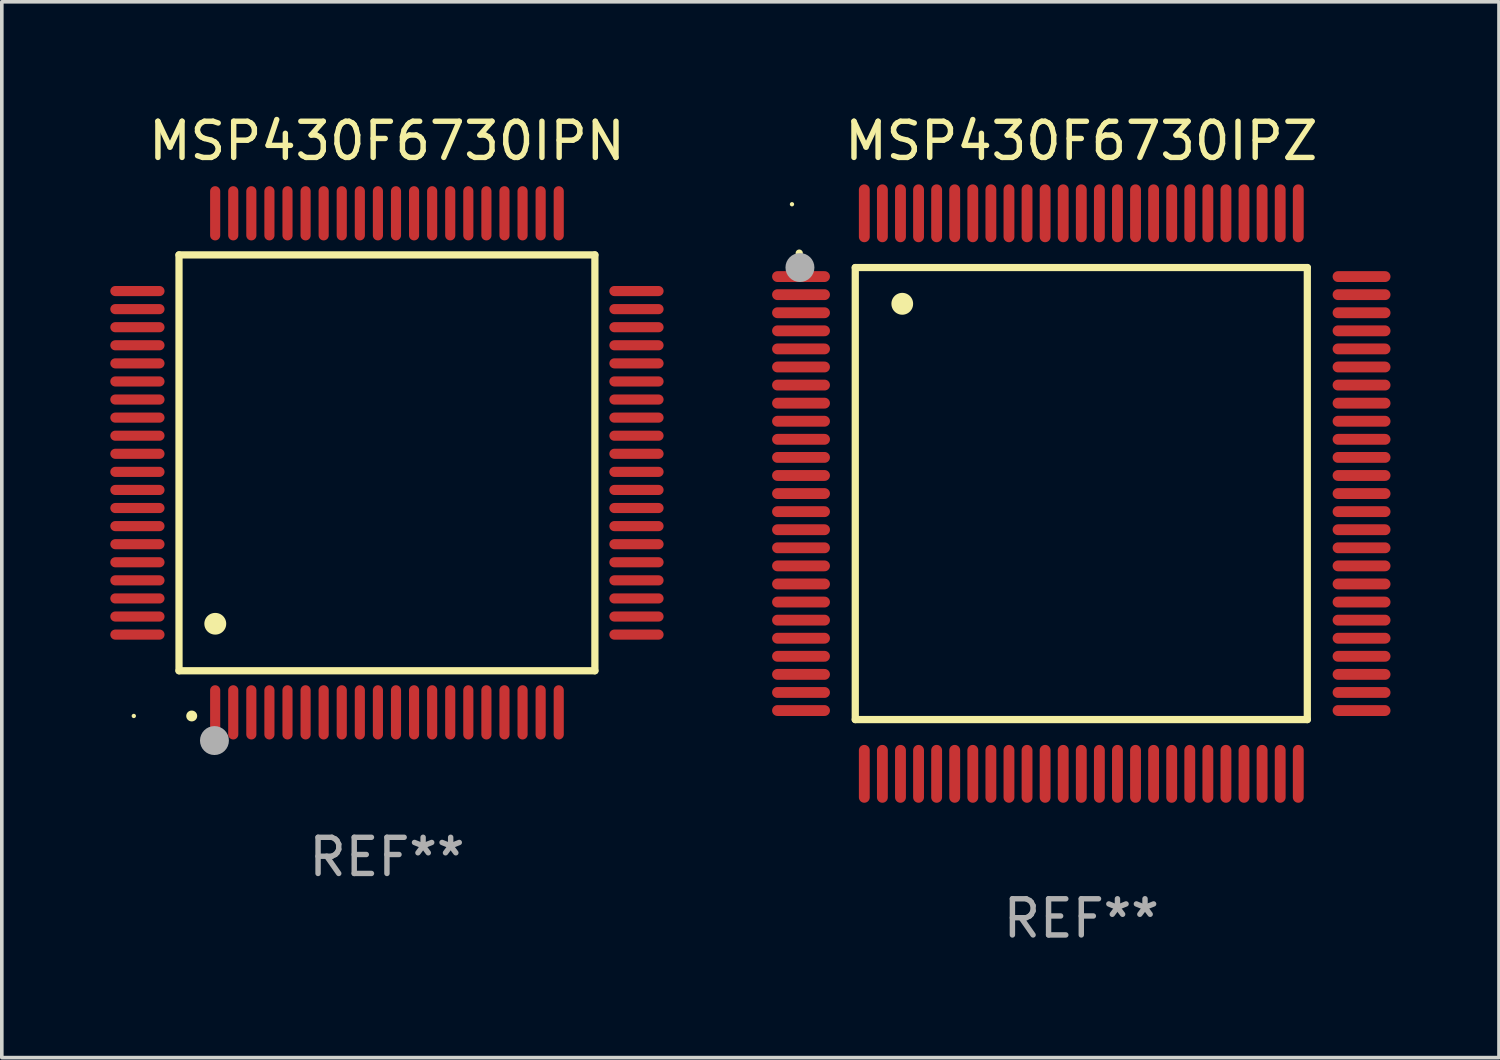
<source format=kicad_pcb>
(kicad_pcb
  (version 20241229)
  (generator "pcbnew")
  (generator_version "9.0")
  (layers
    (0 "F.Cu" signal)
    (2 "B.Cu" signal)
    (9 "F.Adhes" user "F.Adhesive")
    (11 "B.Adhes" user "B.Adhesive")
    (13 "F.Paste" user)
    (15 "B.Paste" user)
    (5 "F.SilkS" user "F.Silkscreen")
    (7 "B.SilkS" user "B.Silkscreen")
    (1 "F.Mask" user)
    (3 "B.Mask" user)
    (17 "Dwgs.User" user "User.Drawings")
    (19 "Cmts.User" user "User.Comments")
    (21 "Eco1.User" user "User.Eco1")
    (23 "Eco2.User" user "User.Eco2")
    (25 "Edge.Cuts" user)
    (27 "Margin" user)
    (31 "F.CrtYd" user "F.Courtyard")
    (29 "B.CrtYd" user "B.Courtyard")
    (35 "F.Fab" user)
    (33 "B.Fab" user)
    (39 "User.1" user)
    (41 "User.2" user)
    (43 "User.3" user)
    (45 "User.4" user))
  (footprint "MSP430F6730IPZ"
    (layer "F.Cu")
    (at 26.85 10.598)
    (property "Reference" "MSP430F6730IPZ" (at 0 -9.75 0) (layer "F.SilkS") (effects (font (size 1 1) (thickness 0.15))))
    (attr through_hole)
    (fp_line (start -6.25 -6.25) (end -6.25 6.25) (stroke (width 0.2) (type solid)) (layer "F.SilkS"))
    (fp_line (start -6.25 6.25) (end 6.25 6.25) (stroke (width 0.2) (type solid)) (layer "F.SilkS"))
    (fp_line (start 6.25 -6.25) (end -6.25 -6.25) (stroke (width 0.2) (type solid)) (layer "F.SilkS"))
    (fp_line (start 6.25 6.25) (end 6.25 -6.25) (stroke (width 0.2) (type solid)) (layer "F.SilkS"))
    (fp_arc (start -7.799568 -6.647625) (mid -7.799571 -6.648463) (end -7.799568 -6.649301) (stroke (width 0.2) (type solid)) (layer "F.SilkS"))
    (fp_arc (start -4.95047 -5.245111) (mid -4.950481 -5.247651) (end -4.95047 -5.250191) (stroke (width 0.6) (type solid)) (layer "F.SilkS"))
    (fp_circle (center -8 -8) (end -7.97 -8) (stroke (width 0.06) (type solid)) (fill no) (layer "F.SilkS"))
    (fp_circle (center -7.78 -6.25) (end -7.58 -6.25) (stroke (width 0.4) (type solid)) (fill no) (layer "F.Fab"))
    (fp_text user "REF**" (at 0 11.75 0) (layer "F.Fab") (effects (font (size 1 1) (thickness 0.15))))
    (pad "1" smd oval (at -7.75 -6 90) (size 0.3 1.6) (layers "F.Cu" "F.Mask" "F.Paste"))
    (pad "2" smd oval (at -7.75 -5.5 90) (size 0.3 1.6) (layers "F.Cu" "F.Mask" "F.Paste"))
    (pad "3" smd oval (at -7.75 -5 90) (size 0.3 1.6) (layers "F.Cu" "F.Mask" "F.Paste"))
    (pad "4" smd oval (at -7.75 -4.5 90) (size 0.3 1.6) (layers "F.Cu" "F.Mask" "F.Paste"))
    (pad "5" smd oval (at -7.75 -4 90) (size 0.3 1.6) (layers "F.Cu" "F.Mask" "F.Paste"))
    (pad "6" smd oval (at -7.75 -3.5 90) (size 0.3 1.6) (layers "F.Cu" "F.Mask" "F.Paste"))
    (pad "7" smd oval (at -7.75 -3 90) (size 0.3 1.6) (layers "F.Cu" "F.Mask" "F.Paste"))
    (pad "8" smd oval (at -7.75 -2.5 90) (size 0.3 1.6) (layers "F.Cu" "F.Mask" "F.Paste"))
    (pad "9" smd oval (at -7.75 -2 90) (size 0.3 1.6) (layers "F.Cu" "F.Mask" "F.Paste"))
    (pad "10" smd oval (at -7.75 -1.5 90) (size 0.3 1.6) (layers "F.Cu" "F.Mask" "F.Paste"))
    (pad "11" smd oval (at -7.75 -1 90) (size 0.3 1.6) (layers "F.Cu" "F.Mask" "F.Paste"))
    (pad "12" smd oval (at -7.75 -0.5 90) (size 0.3 1.6) (layers "F.Cu" "F.Mask" "F.Paste"))
    (pad "13" smd oval (at -7.75 0 90) (size 0.3 1.6) (layers "F.Cu" "F.Mask" "F.Paste"))
    (pad "14" smd oval (at -7.75 0.5 90) (size 0.3 1.6) (layers "F.Cu" "F.Mask" "F.Paste"))
    (pad "15" smd oval (at -7.75 1 90) (size 0.3 1.6) (layers "F.Cu" "F.Mask" "F.Paste"))
    (pad "16" smd oval (at -7.75 1.5 90) (size 0.3 1.6) (layers "F.Cu" "F.Mask" "F.Paste"))
    (pad "17" smd oval (at -7.75 2 90) (size 0.3 1.6) (layers "F.Cu" "F.Mask" "F.Paste"))
    (pad "18" smd oval (at -7.75 2.5 90) (size 0.3 1.6) (layers "F.Cu" "F.Mask" "F.Paste"))
    (pad "19" smd oval (at -7.75 3 90) (size 0.3 1.6) (layers "F.Cu" "F.Mask" "F.Paste"))
    (pad "20" smd oval (at -7.75 3.5 90) (size 0.3 1.6) (layers "F.Cu" "F.Mask" "F.Paste"))
    (pad "21" smd oval (at -7.75 4 90) (size 0.3 1.6) (layers "F.Cu" "F.Mask" "F.Paste"))
    (pad "22" smd oval (at -7.75 4.5 90) (size 0.3 1.6) (layers "F.Cu" "F.Mask" "F.Paste"))
    (pad "23" smd oval (at -7.75 5 90) (size 0.3 1.6) (layers "F.Cu" "F.Mask" "F.Paste"))
    (pad "24" smd oval (at -7.75 5.5 90) (size 0.3 1.6) (layers "F.Cu" "F.Mask" "F.Paste"))
    (pad "25" smd oval (at -7.75 6 90) (size 0.3 1.6) (layers "F.Cu" "F.Mask" "F.Paste"))
    (pad "26" smd oval (at -6 7.75) (size 0.3 1.6) (layers "F.Cu" "F.Mask" "F.Paste"))
    (pad "27" smd oval (at -5.5 7.75) (size 0.3 1.6) (layers "F.Cu" "F.Mask" "F.Paste"))
    (pad "28" smd oval (at -5 7.75) (size 0.3 1.6) (layers "F.Cu" "F.Mask" "F.Paste"))
    (pad "29" smd oval (at -4.5 7.75) (size 0.3 1.6) (layers "F.Cu" "F.Mask" "F.Paste"))
    (pad "30" smd oval (at -4 7.75) (size 0.3 1.6) (layers "F.Cu" "F.Mask" "F.Paste"))
    (pad "31" smd oval (at -3.5 7.75) (size 0.3 1.6) (layers "F.Cu" "F.Mask" "F.Paste"))
    (pad "32" smd oval (at -3 7.75) (size 0.3 1.6) (layers "F.Cu" "F.Mask" "F.Paste"))
    (pad "33" smd oval (at -2.5 7.75) (size 0.3 1.6) (layers "F.Cu" "F.Mask" "F.Paste"))
    (pad "34" smd oval (at -2 7.75) (size 0.3 1.6) (layers "F.Cu" "F.Mask" "F.Paste"))
    (pad "35" smd oval (at -1.5 7.75) (size 0.3 1.6) (layers "F.Cu" "F.Mask" "F.Paste"))
    (pad "36" smd oval (at -1 7.75) (size 0.3 1.6) (layers "F.Cu" "F.Mask" "F.Paste"))
    (pad "37" smd oval (at -0.5 7.75) (size 0.3 1.6) (layers "F.Cu" "F.Mask" "F.Paste"))
    (pad "38" smd oval (at 0 7.75) (size 0.3 1.6) (layers "F.Cu" "F.Mask" "F.Paste"))
    (pad "39" smd oval (at 0.5 7.75) (size 0.3 1.6) (layers "F.Cu" "F.Mask" "F.Paste"))
    (pad "40" smd oval (at 1 7.75) (size 0.3 1.6) (layers "F.Cu" "F.Mask" "F.Paste"))
    (pad "41" smd oval (at 1.5 7.75) (size 0.3 1.6) (layers "F.Cu" "F.Mask" "F.Paste"))
    (pad "42" smd oval (at 2 7.75) (size 0.3 1.6) (layers "F.Cu" "F.Mask" "F.Paste"))
    (pad "43" smd oval (at 2.5 7.75) (size 0.3 1.6) (layers "F.Cu" "F.Mask" "F.Paste"))
    (pad "44" smd oval (at 3 7.75) (size 0.3 1.6) (layers "F.Cu" "F.Mask" "F.Paste"))
    (pad "45" smd oval (at 3.5 7.75) (size 0.3 1.6) (layers "F.Cu" "F.Mask" "F.Paste"))
    (pad "46" smd oval (at 4 7.75) (size 0.3 1.6) (layers "F.Cu" "F.Mask" "F.Paste"))
    (pad "47" smd oval (at 4.5 7.75) (size 0.3 1.6) (layers "F.Cu" "F.Mask" "F.Paste"))
    (pad "48" smd oval (at 5 7.75) (size 0.3 1.6) (layers "F.Cu" "F.Mask" "F.Paste"))
    (pad "49" smd oval (at 5.5 7.75) (size 0.3 1.6) (layers "F.Cu" "F.Mask" "F.Paste"))
    (pad "50" smd oval (at 6 7.75) (size 0.3 1.6) (layers "F.Cu" "F.Mask" "F.Paste"))
    (pad "51" smd oval (at 7.75 6 90) (size 0.3 1.6) (layers "F.Cu" "F.Mask" "F.Paste"))
    (pad "52" smd oval (at 7.75 5.5 90) (size 0.3 1.6) (layers "F.Cu" "F.Mask" "F.Paste"))
    (pad "53" smd oval (at 7.75 5 90) (size 0.3 1.6) (layers "F.Cu" "F.Mask" "F.Paste"))
    (pad "54" smd oval (at 7.75 4.5 90) (size 0.3 1.6) (layers "F.Cu" "F.Mask" "F.Paste"))
    (pad "55" smd oval (at 7.75 4 90) (size 0.3 1.6) (layers "F.Cu" "F.Mask" "F.Paste"))
    (pad "56" smd oval (at 7.75 3.5 90) (size 0.3 1.6) (layers "F.Cu" "F.Mask" "F.Paste"))
    (pad "57" smd oval (at 7.75 3 90) (size 0.3 1.6) (layers "F.Cu" "F.Mask" "F.Paste"))
    (pad "58" smd oval (at 7.75 2.5 90) (size 0.3 1.6) (layers "F.Cu" "F.Mask" "F.Paste"))
    (pad "59" smd oval (at 7.75 2 90) (size 0.3 1.6) (layers "F.Cu" "F.Mask" "F.Paste"))
    (pad "60" smd oval (at 7.75 1.5 90) (size 0.3 1.6) (layers "F.Cu" "F.Mask" "F.Paste"))
    (pad "61" smd oval (at 7.75 1 90) (size 0.3 1.6) (layers "F.Cu" "F.Mask" "F.Paste"))
    (pad "62" smd oval (at 7.75 0.5 90) (size 0.3 1.6) (layers "F.Cu" "F.Mask" "F.Paste"))
    (pad "63" smd oval (at 7.75 0 90) (size 0.3 1.6) (layers "F.Cu" "F.Mask" "F.Paste"))
    (pad "64" smd oval (at 7.75 -0.5 90) (size 0.3 1.6) (layers "F.Cu" "F.Mask" "F.Paste"))
    (pad "65" smd oval (at 7.75 -1 90) (size 0.3 1.6) (layers "F.Cu" "F.Mask" "F.Paste"))
    (pad "66" smd oval (at 7.75 -1.5 90) (size 0.3 1.6) (layers "F.Cu" "F.Mask" "F.Paste"))
    (pad "67" smd oval (at 7.75 -2 90) (size 0.3 1.6) (layers "F.Cu" "F.Mask" "F.Paste"))
    (pad "68" smd oval (at 7.75 -2.5 90) (size 0.3 1.6) (layers "F.Cu" "F.Mask" "F.Paste"))
    (pad "69" smd oval (at 7.75 -3 90) (size 0.3 1.6) (layers "F.Cu" "F.Mask" "F.Paste"))
    (pad "70" smd oval (at 7.75 -3.5 90) (size 0.3 1.6) (layers "F.Cu" "F.Mask" "F.Paste"))
    (pad "71" smd oval (at 7.75 -4 90) (size 0.3 1.6) (layers "F.Cu" "F.Mask" "F.Paste"))
    (pad "72" smd oval (at 7.75 -4.5 90) (size 0.3 1.6) (layers "F.Cu" "F.Mask" "F.Paste"))
    (pad "73" smd oval (at 7.75 -5 90) (size 0.3 1.6) (layers "F.Cu" "F.Mask" "F.Paste"))
    (pad "74" smd oval (at 7.75 -5.5 90) (size 0.3 1.6) (layers "F.Cu" "F.Mask" "F.Paste"))
    (pad "75" smd oval (at 7.75 -6 90) (size 0.3 1.6) (layers "F.Cu" "F.Mask" "F.Paste"))
    (pad "76" smd oval (at 6 -7.75) (size 0.3 1.6) (layers "F.Cu" "F.Mask" "F.Paste"))
    (pad "77" smd oval (at 5.5 -7.75) (size 0.3 1.6) (layers "F.Cu" "F.Mask" "F.Paste"))
    (pad "78" smd oval (at 5 -7.75) (size 0.3 1.6) (layers "F.Cu" "F.Mask" "F.Paste"))
    (pad "79" smd oval (at 4.5 -7.75) (size 0.3 1.6) (layers "F.Cu" "F.Mask" "F.Paste"))
    (pad "80" smd oval (at 4 -7.75) (size 0.3 1.6) (layers "F.Cu" "F.Mask" "F.Paste"))
    (pad "81" smd oval (at 3.5 -7.75) (size 0.3 1.6) (layers "F.Cu" "F.Mask" "F.Paste"))
    (pad "82" smd oval (at 3 -7.75) (size 0.3 1.6) (layers "F.Cu" "F.Mask" "F.Paste"))
    (pad "83" smd oval (at 2.5 -7.75) (size 0.3 1.6) (layers "F.Cu" "F.Mask" "F.Paste"))
    (pad "84" smd oval (at 2 -7.75) (size 0.3 1.6) (layers "F.Cu" "F.Mask" "F.Paste"))
    (pad "85" smd oval (at 1.5 -7.75) (size 0.3 1.6) (layers "F.Cu" "F.Mask" "F.Paste"))
    (pad "86" smd oval (at 1 -7.75) (size 0.3 1.6) (layers "F.Cu" "F.Mask" "F.Paste"))
    (pad "87" smd oval (at 0.5 -7.75) (size 0.3 1.6) (layers "F.Cu" "F.Mask" "F.Paste"))
    (pad "88" smd oval (at 0 -7.75) (size 0.3 1.6) (layers "F.Cu" "F.Mask" "F.Paste"))
    (pad "89" smd oval (at -0.5 -7.75) (size 0.3 1.6) (layers "F.Cu" "F.Mask" "F.Paste"))
    (pad "90" smd oval (at -1 -7.75) (size 0.3 1.6) (layers "F.Cu" "F.Mask" "F.Paste"))
    (pad "91" smd oval (at -1.5 -7.75) (size 0.3 1.6) (layers "F.Cu" "F.Mask" "F.Paste"))
    (pad "92" smd oval (at -2 -7.75) (size 0.3 1.6) (layers "F.Cu" "F.Mask" "F.Paste"))
    (pad "93" smd oval (at -2.5 -7.75) (size 0.3 1.6) (layers "F.Cu" "F.Mask" "F.Paste"))
    (pad "94" smd oval (at -3 -7.75) (size 0.3 1.6) (layers "F.Cu" "F.Mask" "F.Paste"))
    (pad "95" smd oval (at -3.5 -7.75) (size 0.3 1.6) (layers "F.Cu" "F.Mask" "F.Paste"))
    (pad "96" smd oval (at -4 -7.75) (size 0.3 1.6) (layers "F.Cu" "F.Mask" "F.Paste"))
    (pad "97" smd oval (at -4.5 -7.75) (size 0.3 1.6) (layers "F.Cu" "F.Mask" "F.Paste"))
    (pad "98" smd oval (at -5 -7.75) (size 0.3 1.6) (layers "F.Cu" "F.Mask" "F.Paste"))
    (pad "99" smd oval (at -5.5 -7.75) (size 0.3 1.6) (layers "F.Cu" "F.Mask" "F.Paste"))
    (pad "100" smd oval (at -6 -7.75) (size 0.3 1.6) (layers "F.Cu" "F.Mask" "F.Paste")))
  (footprint "MSP430F6730IPN"
    (layer "F.Cu")
    (at 7.65 9.748)
    (property "Reference" "MSP430F6730IPN" (at 0 -8.9 0) (layer "F.SilkS") (effects (font (size 1 1) (thickness 0.15))))
    (attr through_hole)
    (fp_line (start -5.75 -5.75) (end 5.75 -5.75) (stroke (width 0.2) (type solid)) (layer "F.SilkS"))
    (fp_line (start -5.75 5.75) (end -5.75 -5.75) (stroke (width 0.2) (type solid)) (layer "F.SilkS"))
    (fp_line (start 5.75 -5.75) (end 5.75 5.75) (stroke (width 0.2) (type solid)) (layer "F.SilkS"))
    (fp_line (start 5.75 5.75) (end -5.75 5.75) (stroke (width 0.2) (type solid)) (layer "F.SilkS"))
    (fp_arc (start -5.400051 7.000254) (mid -5.398781 7.000249) (end -5.397511 7.000254) (stroke (width 0.3) (type solid)) (layer "F.SilkS"))
    (fp_arc (start -4.749809 4.450089) (mid -4.747269 4.450078) (end -4.744729 4.450089) (stroke (width 0.6) (type solid)) (layer "F.SilkS"))
    (fp_circle (center -7 7) (end -6.97 7) (stroke (width 0.06) (type solid)) (fill no) (layer "F.SilkS"))
    (fp_circle (center -4.77 7.68) (end -4.57 7.68) (stroke (width 0.4) (type solid)) (fill no) (layer "F.Fab"))
    (fp_text user "REF**" (at 0 10.9 0) (layer "F.Fab") (effects (font (size 1 1) (thickness 0.15))))
    (pad "1" smd oval (at -4.75 6.9) (size 0.28 1.5) (layers "F.Cu" "F.Mask" "F.Paste"))
    (pad "2" smd oval (at -4.25 6.9) (size 0.28 1.5) (layers "F.Cu" "F.Mask" "F.Paste"))
    (pad "3" smd oval (at -3.75 6.9) (size 0.28 1.5) (layers "F.Cu" "F.Mask" "F.Paste"))
    (pad "4" smd oval (at -3.25 6.9) (size 0.28 1.5) (layers "F.Cu" "F.Mask" "F.Paste"))
    (pad "5" smd oval (at -2.75 6.9) (size 0.28 1.5) (layers "F.Cu" "F.Mask" "F.Paste"))
    (pad "6" smd oval (at -2.25 6.9) (size 0.28 1.5) (layers "F.Cu" "F.Mask" "F.Paste"))
    (pad "7" smd oval (at -1.75 6.9) (size 0.28 1.5) (layers "F.Cu" "F.Mask" "F.Paste"))
    (pad "8" smd oval (at -1.25 6.9) (size 0.28 1.5) (layers "F.Cu" "F.Mask" "F.Paste"))
    (pad "9" smd oval (at -0.75 6.9) (size 0.28 1.5) (layers "F.Cu" "F.Mask" "F.Paste"))
    (pad "10" smd oval (at -0.25 6.9) (size 0.28 1.5) (layers "F.Cu" "F.Mask" "F.Paste"))
    (pad "11" smd oval (at 0.25 6.9) (size 0.28 1.5) (layers "F.Cu" "F.Mask" "F.Paste"))
    (pad "12" smd oval (at 0.75 6.9) (size 0.28 1.5) (layers "F.Cu" "F.Mask" "F.Paste"))
    (pad "13" smd oval (at 1.25 6.9) (size 0.28 1.5) (layers "F.Cu" "F.Mask" "F.Paste"))
    (pad "14" smd oval (at 1.75 6.9) (size 0.28 1.5) (layers "F.Cu" "F.Mask" "F.Paste"))
    (pad "15" smd oval (at 2.25 6.9) (size 0.28 1.5) (layers "F.Cu" "F.Mask" "F.Paste"))
    (pad "16" smd oval (at 2.75 6.9) (size 0.28 1.5) (layers "F.Cu" "F.Mask" "F.Paste"))
    (pad "17" smd oval (at 3.25 6.9) (size 0.28 1.5) (layers "F.Cu" "F.Mask" "F.Paste"))
    (pad "18" smd oval (at 3.75 6.9) (size 0.28 1.5) (layers "F.Cu" "F.Mask" "F.Paste"))
    (pad "19" smd oval (at 4.25 6.9) (size 0.28 1.5) (layers "F.Cu" "F.Mask" "F.Paste"))
    (pad "20" smd oval (at 4.75 6.9) (size 0.28 1.5) (layers "F.Cu" "F.Mask" "F.Paste"))
    (pad "21" smd oval (at 6.9 4.75) (size 1.5 0.28) (layers "F.Cu" "F.Mask" "F.Paste"))
    (pad "22" smd oval (at 6.9 4.25) (size 1.5 0.28) (layers "F.Cu" "F.Mask" "F.Paste"))
    (pad "23" smd oval (at 6.9 3.75) (size 1.5 0.28) (layers "F.Cu" "F.Mask" "F.Paste"))
    (pad "24" smd oval (at 6.9 3.25) (size 1.5 0.28) (layers "F.Cu" "F.Mask" "F.Paste"))
    (pad "25" smd oval (at 6.9 2.75) (size 1.5 0.28) (layers "F.Cu" "F.Mask" "F.Paste"))
    (pad "26" smd oval (at 6.9 2.25) (size 1.5 0.28) (layers "F.Cu" "F.Mask" "F.Paste"))
    (pad "27" smd oval (at 6.9 1.75) (size 1.5 0.28) (layers "F.Cu" "F.Mask" "F.Paste"))
    (pad "28" smd oval (at 6.9 1.25) (size 1.5 0.28) (layers "F.Cu" "F.Mask" "F.Paste"))
    (pad "29" smd oval (at 6.9 0.75) (size 1.5 0.28) (layers "F.Cu" "F.Mask" "F.Paste"))
    (pad "30" smd oval (at 6.9 0.25) (size 1.5 0.28) (layers "F.Cu" "F.Mask" "F.Paste"))
    (pad "31" smd oval (at 6.9 -0.25) (size 1.5 0.28) (layers "F.Cu" "F.Mask" "F.Paste"))
    (pad "32" smd oval (at 6.9 -0.75) (size 1.5 0.28) (layers "F.Cu" "F.Mask" "F.Paste"))
    (pad "33" smd oval (at 6.9 -1.25) (size 1.5 0.28) (layers "F.Cu" "F.Mask" "F.Paste"))
    (pad "34" smd oval (at 6.9 -1.75) (size 1.5 0.28) (layers "F.Cu" "F.Mask" "F.Paste"))
    (pad "35" smd oval (at 6.9 -2.25) (size 1.5 0.28) (layers "F.Cu" "F.Mask" "F.Paste"))
    (pad "36" smd oval (at 6.9 -2.75) (size 1.5 0.28) (layers "F.Cu" "F.Mask" "F.Paste"))
    (pad "37" smd oval (at 6.9 -3.25) (size 1.5 0.28) (layers "F.Cu" "F.Mask" "F.Paste"))
    (pad "38" smd oval (at 6.9 -3.75) (size 1.5 0.28) (layers "F.Cu" "F.Mask" "F.Paste"))
    (pad "39" smd oval (at 6.9 -4.25) (size 1.5 0.28) (layers "F.Cu" "F.Mask" "F.Paste"))
    (pad "40" smd oval (at 6.9 -4.75) (size 1.5 0.28) (layers "F.Cu" "F.Mask" "F.Paste"))
    (pad "41" smd oval (at 4.75 -6.9) (size 0.28 1.5) (layers "F.Cu" "F.Mask" "F.Paste"))
    (pad "42" smd oval (at 4.25 -6.9) (size 0.28 1.5) (layers "F.Cu" "F.Mask" "F.Paste"))
    (pad "43" smd oval (at 3.75 -6.9) (size 0.28 1.5) (layers "F.Cu" "F.Mask" "F.Paste"))
    (pad "44" smd oval (at 3.25 -6.9) (size 0.28 1.5) (layers "F.Cu" "F.Mask" "F.Paste"))
    (pad "45" smd oval (at 2.75 -6.9) (size 0.28 1.5) (layers "F.Cu" "F.Mask" "F.Paste"))
    (pad "46" smd oval (at 2.25 -6.9) (size 0.28 1.5) (layers "F.Cu" "F.Mask" "F.Paste"))
    (pad "47" smd oval (at 1.75 -6.9) (size 0.28 1.5) (layers "F.Cu" "F.Mask" "F.Paste"))
    (pad "48" smd oval (at 1.25 -6.9) (size 0.28 1.5) (layers "F.Cu" "F.Mask" "F.Paste"))
    (pad "49" smd oval (at 0.75 -6.9) (size 0.28 1.5) (layers "F.Cu" "F.Mask" "F.Paste"))
    (pad "50" smd oval (at 0.25 -6.9) (size 0.28 1.5) (layers "F.Cu" "F.Mask" "F.Paste"))
    (pad "51" smd oval (at -0.25 -6.9) (size 0.28 1.5) (layers "F.Cu" "F.Mask" "F.Paste"))
    (pad "52" smd oval (at -0.75 -6.9) (size 0.28 1.5) (layers "F.Cu" "F.Mask" "F.Paste"))
    (pad "53" smd oval (at -1.25 -6.9) (size 0.28 1.5) (layers "F.Cu" "F.Mask" "F.Paste"))
    (pad "54" smd oval (at -1.75 -6.9) (size 0.28 1.5) (layers "F.Cu" "F.Mask" "F.Paste"))
    (pad "55" smd oval (at -2.25 -6.9) (size 0.28 1.5) (layers "F.Cu" "F.Mask" "F.Paste"))
    (pad "56" smd oval (at -2.75 -6.9) (size 0.28 1.5) (layers "F.Cu" "F.Mask" "F.Paste"))
    (pad "57" smd oval (at -3.25 -6.9) (size 0.28 1.5) (layers "F.Cu" "F.Mask" "F.Paste"))
    (pad "58" smd oval (at -3.75 -6.9) (size 0.28 1.5) (layers "F.Cu" "F.Mask" "F.Paste"))
    (pad "59" smd oval (at -4.25 -6.9) (size 0.28 1.5) (layers "F.Cu" "F.Mask" "F.Paste"))
    (pad "60" smd oval (at -4.75 -6.9) (size 0.28 1.5) (layers "F.Cu" "F.Mask" "F.Paste"))
    (pad "61" smd oval (at -6.9 -4.75) (size 1.5 0.28) (layers "F.Cu" "F.Mask" "F.Paste"))
    (pad "62" smd oval (at -6.9 -4.25) (size 1.5 0.28) (layers "F.Cu" "F.Mask" "F.Paste"))
    (pad "63" smd oval (at -6.9 -3.75) (size 1.5 0.28) (layers "F.Cu" "F.Mask" "F.Paste"))
    (pad "64" smd oval (at -6.9 -3.25) (size 1.5 0.28) (layers "F.Cu" "F.Mask" "F.Paste"))
    (pad "65" smd oval (at -6.9 -2.75) (size 1.5 0.28) (layers "F.Cu" "F.Mask" "F.Paste"))
    (pad "66" smd oval (at -6.9 -2.25) (size 1.5 0.28) (layers "F.Cu" "F.Mask" "F.Paste"))
    (pad "67" smd oval (at -6.9 -1.75) (size 1.5 0.28) (layers "F.Cu" "F.Mask" "F.Paste"))
    (pad "68" smd oval (at -6.9 -1.25) (size 1.5 0.28) (layers "F.Cu" "F.Mask" "F.Paste"))
    (pad "69" smd oval (at -6.9 -0.75) (size 1.5 0.28) (layers "F.Cu" "F.Mask" "F.Paste"))
    (pad "70" smd oval (at -6.9 -0.25) (size 1.5 0.28) (layers "F.Cu" "F.Mask" "F.Paste"))
    (pad "71" smd oval (at -6.9 0.25) (size 1.5 0.28) (layers "F.Cu" "F.Mask" "F.Paste"))
    (pad "72" smd oval (at -6.9 0.75) (size 1.5 0.28) (layers "F.Cu" "F.Mask" "F.Paste"))
    (pad "73" smd oval (at -6.9 1.25) (size 1.5 0.28) (layers "F.Cu" "F.Mask" "F.Paste"))
    (pad "74" smd oval (at -6.9 1.75) (size 1.5 0.28) (layers "F.Cu" "F.Mask" "F.Paste"))
    (pad "75" smd oval (at -6.9 2.25) (size 1.5 0.28) (layers "F.Cu" "F.Mask" "F.Paste"))
    (pad "76" smd oval (at -6.9 2.75) (size 1.5 0.28) (layers "F.Cu" "F.Mask" "F.Paste"))
    (pad "77" smd oval (at -6.9 3.25) (size 1.5 0.28) (layers "F.Cu" "F.Mask" "F.Paste"))
    (pad "78" smd oval (at -6.9 3.75) (size 1.5 0.28) (layers "F.Cu" "F.Mask" "F.Paste"))
    (pad "79" smd oval (at -6.9 4.25) (size 1.5 0.28) (layers "F.Cu" "F.Mask" "F.Paste"))
    (pad "80" smd oval (at -6.9 4.75) (size 1.5 0.28) (layers "F.Cu" "F.Mask" "F.Paste")))
  (gr_rect
    (start -3 -3)
    (end 38.4 26.196)
    (stroke (width 0.1) (type default))
    (fill no)
    (layer "Edge.Cuts")))
</source>
